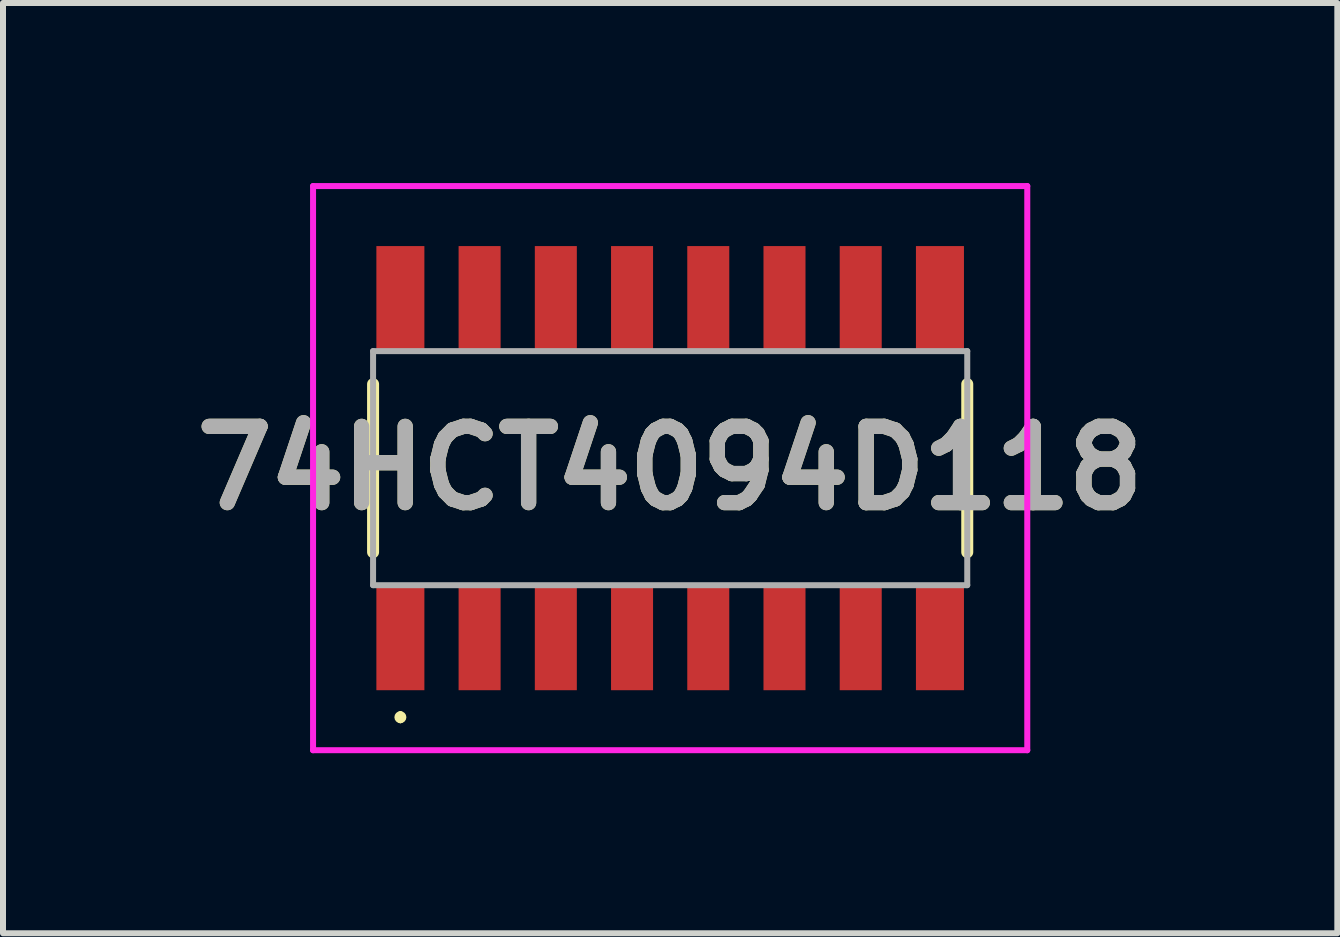
<source format=kicad_pcb>
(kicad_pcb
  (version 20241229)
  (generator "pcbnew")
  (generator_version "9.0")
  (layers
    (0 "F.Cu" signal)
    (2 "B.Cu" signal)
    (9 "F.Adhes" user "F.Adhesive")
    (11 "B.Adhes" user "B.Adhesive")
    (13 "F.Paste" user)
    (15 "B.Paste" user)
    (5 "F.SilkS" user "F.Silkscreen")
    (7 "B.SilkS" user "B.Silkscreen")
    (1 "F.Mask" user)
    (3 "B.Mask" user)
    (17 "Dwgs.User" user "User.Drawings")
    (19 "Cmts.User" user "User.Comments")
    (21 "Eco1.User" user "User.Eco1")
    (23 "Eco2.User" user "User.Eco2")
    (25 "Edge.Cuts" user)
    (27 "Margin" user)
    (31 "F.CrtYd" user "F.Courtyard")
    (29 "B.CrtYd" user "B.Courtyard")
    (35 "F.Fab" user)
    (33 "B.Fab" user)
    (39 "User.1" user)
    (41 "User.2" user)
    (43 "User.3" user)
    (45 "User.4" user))
  (footprint "74HCT4094D118"
    (layer "F.Cu")
    (at 8.116 4.75)
    (property "Reference" "74HCT4094D118" (at 0 0 0) (layer "F.SilkS") (effects (font (size 1.27 1.27) (thickness 0.254))))
    (attr smd)
    (fp_line (start -4.95 -1.4) (end -4.95 1.4) (stroke (width 0.2) (type solid)) (layer "F.SilkS"))
    (fp_line (start -4.495 4.1) (end -4.495 4.1) (stroke (width 0.1) (type solid)) (layer "F.SilkS"))
    (fp_line (start -4.495 4.2) (end -4.495 4.2) (stroke (width 0.1) (type solid)) (layer "F.SilkS"))
    (fp_line (start 4.95 -1.4) (end 4.95 1.4) (stroke (width 0.2) (type solid)) (layer "F.SilkS"))
    (fp_arc (start -4.495 4.1) (mid -4.445 4.15) (end -4.495 4.2) (stroke (width 0.1) (type solid)) (layer "F.SilkS"))
    (fp_arc (start -4.495 4.2) (mid -4.545 4.15) (end -4.495 4.1) (stroke (width 0.1) (type solid)) (layer "F.SilkS"))
    (fp_line (start -5.95 -4.7) (end 5.95 -4.7) (stroke (width 0.1) (type solid)) (layer "F.CrtYd"))
    (fp_line (start -5.95 4.7) (end -5.95 -4.7) (stroke (width 0.1) (type solid)) (layer "F.CrtYd"))
    (fp_line (start 5.95 -4.7) (end 5.95 4.7) (stroke (width 0.1) (type solid)) (layer "F.CrtYd"))
    (fp_line (start 5.95 4.7) (end -5.95 4.7) (stroke (width 0.1) (type solid)) (layer "F.CrtYd"))
    (fp_line (start -4.95 -1.95) (end 4.95 -1.95) (stroke (width 0.1) (type solid)) (layer "F.Fab"))
    (fp_line (start -4.95 1.95) (end -4.95 -1.95) (stroke (width 0.1) (type solid)) (layer "F.Fab"))
    (fp_line (start 4.95 -1.95) (end 4.95 1.95) (stroke (width 0.1) (type solid)) (layer "F.Fab"))
    (fp_line (start 4.95 1.95) (end -4.95 1.95) (stroke (width 0.1) (type solid)) (layer "F.Fab"))
    (fp_text user "${REFERENCE}" (at 0 0 0) (layer "F.Fab") (effects (font (size 1.27 1.27) (thickness 0.254))))
    (pad "1" smd rect (at -4.495 2.825) (size 0.8 1.75) (layers "F.Cu" "F.Mask" "F.Paste"))
    (pad "2" smd rect (at -3.175 2.825) (size 0.7 1.75) (layers "F.Cu" "F.Mask" "F.Paste"))
    (pad "3" smd rect (at -1.905 2.825) (size 0.7 1.75) (layers "F.Cu" "F.Mask" "F.Paste"))
    (pad "4" smd rect (at -0.635 2.825) (size 0.7 1.75) (layers "F.Cu" "F.Mask" "F.Paste"))
    (pad "5" smd rect (at 0.635 2.825) (size 0.7 1.75) (layers "F.Cu" "F.Mask" "F.Paste"))
    (pad "6" smd rect (at 1.905 2.825) (size 0.7 1.75) (layers "F.Cu" "F.Mask" "F.Paste"))
    (pad "7" smd rect (at 3.175 2.825) (size 0.7 1.75) (layers "F.Cu" "F.Mask" "F.Paste"))
    (pad "8" smd rect (at 4.495 2.825) (size 0.8 1.75) (layers "F.Cu" "F.Mask" "F.Paste"))
    (pad "9" smd rect (at 4.495 -2.825) (size 0.8 1.75) (layers "F.Cu" "F.Mask" "F.Paste"))
    (pad "10" smd rect (at 3.175 -2.825) (size 0.7 1.75) (layers "F.Cu" "F.Mask" "F.Paste"))
    (pad "11" smd rect (at 1.905 -2.825) (size 0.7 1.75) (layers "F.Cu" "F.Mask" "F.Paste"))
    (pad "12" smd rect (at 0.635 -2.825) (size 0.7 1.75) (layers "F.Cu" "F.Mask" "F.Paste"))
    (pad "13" smd rect (at -0.635 -2.825) (size 0.7 1.75) (layers "F.Cu" "F.Mask" "F.Paste"))
    (pad "14" smd rect (at -1.905 -2.825) (size 0.7 1.75) (layers "F.Cu" "F.Mask" "F.Paste"))
    (pad "15" smd rect (at -3.175 -2.825) (size 0.7 1.75) (layers "F.Cu" "F.Mask" "F.Paste"))
    (pad "16" smd rect (at -4.495 -2.825) (size 0.8 1.75) (layers "F.Cu" "F.Mask" "F.Paste")))
  (gr_rect
    (start -3 -3)
    (end 19.232 12.5)
    (stroke (width 0.1) (type default))
    (fill no)
    (layer "Edge.Cuts")))
</source>
